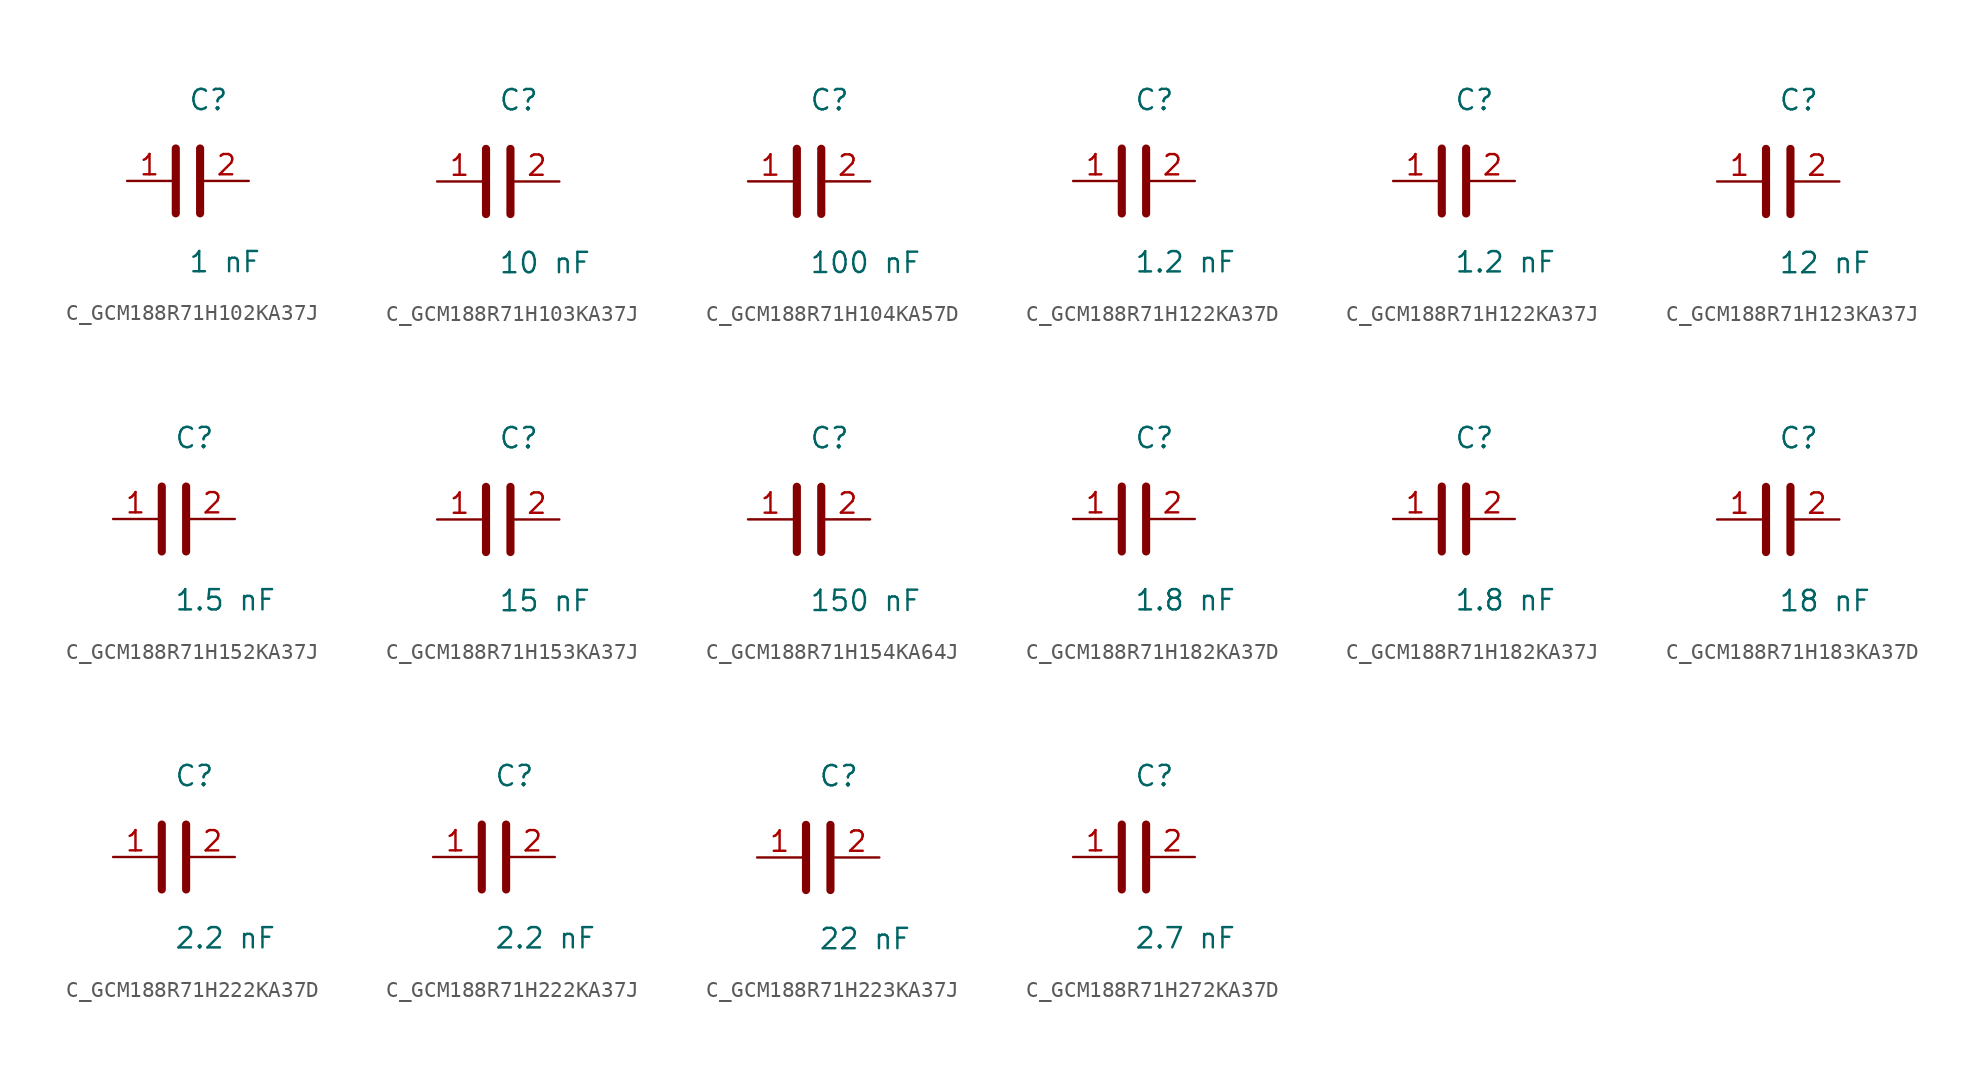
<source format=kicad_sym>
(kicad_symbol_lib
  (version 20231120)
  (generator kicad_symbol_editor)
  (generator_version 8.0)
  (symbol "C_GCM188R71H102KA37J"
    (pin_names
      (offset 0.254))
    (property "Reference" "C"
      (at 0.0 5.08 0)
      (effects (font (size 1.27 1.27)) (justify left)))
    (property "Value" "1 nF"
      (at 0.0 -5.08 0)
      (effects (font (size 1.27 1.27)) (justify left)))
    (symbol "C_GCM188R71H102KA37J_0_1"
      (polyline (pts (xy -0.762 -2.032) (xy -0.762 2.032)) (stroke (width 0.508) (type default)) (fill (type none)))
      (polyline (pts (xy 0.762 -2.032) (xy 0.762 2.032)) (stroke (width 0.508) (type default)) (fill (type none))))
    (pin unspecified line
      (at -3.81 0 0)
      (length 2.8)
      (name "" (effects (font (size 1.27 1.27))))
      (number "1" (effects (font (size 1.27 1.27)))))
    (pin unspecified line
      (at 3.81 0 180)
      (length 2.8)
      (name "" (effects (font (size 1.27 1.27))))
      (number "2" (effects (font (size 1.27 1.27))))))
  (symbol "C_GCM188R71H103KA37J"
    (pin_names
      (offset 0.254))
    (property "Reference" "C"
      (at 0.0 5.08 0)
      (effects (font (size 1.27 1.27)) (justify left)))
    (property "Value" "10 nF"
      (at 0.0 -5.08 0)
      (effects (font (size 1.27 1.27)) (justify left)))
    (symbol "C_GCM188R71H103KA37J_0_1"
      (polyline (pts (xy -0.762 -2.032) (xy -0.762 2.032)) (stroke (width 0.508) (type default)) (fill (type none)))
      (polyline (pts (xy 0.762 -2.032) (xy 0.762 2.032)) (stroke (width 0.508) (type default)) (fill (type none))))
    (pin unspecified line
      (at -3.81 0 0)
      (length 2.8)
      (name "" (effects (font (size 1.27 1.27))))
      (number "1" (effects (font (size 1.27 1.27)))))
    (pin unspecified line
      (at 3.81 0 180)
      (length 2.8)
      (name "" (effects (font (size 1.27 1.27))))
      (number "2" (effects (font (size 1.27 1.27))))))
  (symbol "C_GCM188R71H104KA57D"
    (pin_names
      (offset 0.254))
    (property "Reference" "C"
      (at 0.0 5.08 0)
      (effects (font (size 1.27 1.27)) (justify left)))
    (property "Value" "100 nF"
      (at 0.0 -5.08 0)
      (effects (font (size 1.27 1.27)) (justify left)))
    (symbol "C_GCM188R71H104KA57D_0_1"
      (polyline (pts (xy -0.762 -2.032) (xy -0.762 2.032)) (stroke (width 0.508) (type default)) (fill (type none)))
      (polyline (pts (xy 0.762 -2.032) (xy 0.762 2.032)) (stroke (width 0.508) (type default)) (fill (type none))))
    (pin unspecified line
      (at -3.81 0 0)
      (length 2.8)
      (name "" (effects (font (size 1.27 1.27))))
      (number "1" (effects (font (size 1.27 1.27)))))
    (pin unspecified line
      (at 3.81 0 180)
      (length 2.8)
      (name "" (effects (font (size 1.27 1.27))))
      (number "2" (effects (font (size 1.27 1.27))))))
  (symbol "C_GCM188R71H122KA37D"
    (pin_names
      (offset 0.254))
    (property "Reference" "C"
      (at 0.0 5.08 0)
      (effects (font (size 1.27 1.27)) (justify left)))
    (property "Value" "1.2 nF"
      (at 0.0 -5.08 0)
      (effects (font (size 1.27 1.27)) (justify left)))
    (symbol "C_GCM188R71H122KA37D_0_1"
      (polyline (pts (xy -0.762 -2.032) (xy -0.762 2.032)) (stroke (width 0.508) (type default)) (fill (type none)))
      (polyline (pts (xy 0.762 -2.032) (xy 0.762 2.032)) (stroke (width 0.508) (type default)) (fill (type none))))
    (pin unspecified line
      (at -3.81 0 0)
      (length 2.8)
      (name "" (effects (font (size 1.27 1.27))))
      (number "1" (effects (font (size 1.27 1.27)))))
    (pin unspecified line
      (at 3.81 0 180)
      (length 2.8)
      (name "" (effects (font (size 1.27 1.27))))
      (number "2" (effects (font (size 1.27 1.27))))))
  (symbol "C_GCM188R71H122KA37J"
    (pin_names
      (offset 0.254))
    (property "Reference" "C"
      (at 0.0 5.08 0)
      (effects (font (size 1.27 1.27)) (justify left)))
    (property "Value" "1.2 nF"
      (at 0.0 -5.08 0)
      (effects (font (size 1.27 1.27)) (justify left)))
    (symbol "C_GCM188R71H122KA37J_0_1"
      (polyline (pts (xy -0.762 -2.032) (xy -0.762 2.032)) (stroke (width 0.508) (type default)) (fill (type none)))
      (polyline (pts (xy 0.762 -2.032) (xy 0.762 2.032)) (stroke (width 0.508) (type default)) (fill (type none))))
    (pin unspecified line
      (at -3.81 0 0)
      (length 2.8)
      (name "" (effects (font (size 1.27 1.27))))
      (number "1" (effects (font (size 1.27 1.27)))))
    (pin unspecified line
      (at 3.81 0 180)
      (length 2.8)
      (name "" (effects (font (size 1.27 1.27))))
      (number "2" (effects (font (size 1.27 1.27))))))
  (symbol "C_GCM188R71H123KA37J"
    (pin_names
      (offset 0.254))
    (property "Reference" "C"
      (at 0.0 5.08 0)
      (effects (font (size 1.27 1.27)) (justify left)))
    (property "Value" "12 nF"
      (at 0.0 -5.08 0)
      (effects (font (size 1.27 1.27)) (justify left)))
    (symbol "C_GCM188R71H123KA37J_0_1"
      (polyline (pts (xy -0.762 -2.032) (xy -0.762 2.032)) (stroke (width 0.508) (type default)) (fill (type none)))
      (polyline (pts (xy 0.762 -2.032) (xy 0.762 2.032)) (stroke (width 0.508) (type default)) (fill (type none))))
    (pin unspecified line
      (at -3.81 0 0)
      (length 2.8)
      (name "" (effects (font (size 1.27 1.27))))
      (number "1" (effects (font (size 1.27 1.27)))))
    (pin unspecified line
      (at 3.81 0 180)
      (length 2.8)
      (name "" (effects (font (size 1.27 1.27))))
      (number "2" (effects (font (size 1.27 1.27))))))
  (symbol "C_GCM188R71H152KA37J"
    (pin_names
      (offset 0.254))
    (property "Reference" "C"
      (at 0.0 5.08 0)
      (effects (font (size 1.27 1.27)) (justify left)))
    (property "Value" "1.5 nF"
      (at 0.0 -5.08 0)
      (effects (font (size 1.27 1.27)) (justify left)))
    (symbol "C_GCM188R71H152KA37J_0_1"
      (polyline (pts (xy -0.762 -2.032) (xy -0.762 2.032)) (stroke (width 0.508) (type default)) (fill (type none)))
      (polyline (pts (xy 0.762 -2.032) (xy 0.762 2.032)) (stroke (width 0.508) (type default)) (fill (type none))))
    (pin unspecified line
      (at -3.81 0 0)
      (length 2.8)
      (name "" (effects (font (size 1.27 1.27))))
      (number "1" (effects (font (size 1.27 1.27)))))
    (pin unspecified line
      (at 3.81 0 180)
      (length 2.8)
      (name "" (effects (font (size 1.27 1.27))))
      (number "2" (effects (font (size 1.27 1.27))))))
  (symbol "C_GCM188R71H153KA37J"
    (pin_names
      (offset 0.254))
    (property "Reference" "C"
      (at 0.0 5.08 0)
      (effects (font (size 1.27 1.27)) (justify left)))
    (property "Value" "15 nF"
      (at 0.0 -5.08 0)
      (effects (font (size 1.27 1.27)) (justify left)))
    (symbol "C_GCM188R71H153KA37J_0_1"
      (polyline (pts (xy -0.762 -2.032) (xy -0.762 2.032)) (stroke (width 0.508) (type default)) (fill (type none)))
      (polyline (pts (xy 0.762 -2.032) (xy 0.762 2.032)) (stroke (width 0.508) (type default)) (fill (type none))))
    (pin unspecified line
      (at -3.81 0 0)
      (length 2.8)
      (name "" (effects (font (size 1.27 1.27))))
      (number "1" (effects (font (size 1.27 1.27)))))
    (pin unspecified line
      (at 3.81 0 180)
      (length 2.8)
      (name "" (effects (font (size 1.27 1.27))))
      (number "2" (effects (font (size 1.27 1.27))))))
  (symbol "C_GCM188R71H154KA64J"
    (pin_names
      (offset 0.254))
    (property "Reference" "C"
      (at 0.0 5.08 0)
      (effects (font (size 1.27 1.27)) (justify left)))
    (property "Value" "150 nF"
      (at 0.0 -5.08 0)
      (effects (font (size 1.27 1.27)) (justify left)))
    (symbol "C_GCM188R71H154KA64J_0_1"
      (polyline (pts (xy -0.762 -2.032) (xy -0.762 2.032)) (stroke (width 0.508) (type default)) (fill (type none)))
      (polyline (pts (xy 0.762 -2.032) (xy 0.762 2.032)) (stroke (width 0.508) (type default)) (fill (type none))))
    (pin unspecified line
      (at -3.81 0 0)
      (length 2.8)
      (name "" (effects (font (size 1.27 1.27))))
      (number "1" (effects (font (size 1.27 1.27)))))
    (pin unspecified line
      (at 3.81 0 180)
      (length 2.8)
      (name "" (effects (font (size 1.27 1.27))))
      (number "2" (effects (font (size 1.27 1.27))))))
  (symbol "C_GCM188R71H182KA37D"
    (pin_names
      (offset 0.254))
    (property "Reference" "C"
      (at 0.0 5.08 0)
      (effects (font (size 1.27 1.27)) (justify left)))
    (property "Value" "1.8 nF"
      (at 0.0 -5.08 0)
      (effects (font (size 1.27 1.27)) (justify left)))
    (symbol "C_GCM188R71H182KA37D_0_1"
      (polyline (pts (xy -0.762 -2.032) (xy -0.762 2.032)) (stroke (width 0.508) (type default)) (fill (type none)))
      (polyline (pts (xy 0.762 -2.032) (xy 0.762 2.032)) (stroke (width 0.508) (type default)) (fill (type none))))
    (pin unspecified line
      (at -3.81 0 0)
      (length 2.8)
      (name "" (effects (font (size 1.27 1.27))))
      (number "1" (effects (font (size 1.27 1.27)))))
    (pin unspecified line
      (at 3.81 0 180)
      (length 2.8)
      (name "" (effects (font (size 1.27 1.27))))
      (number "2" (effects (font (size 1.27 1.27))))))
  (symbol "C_GCM188R71H182KA37J"
    (pin_names
      (offset 0.254))
    (property "Reference" "C"
      (at 0.0 5.08 0)
      (effects (font (size 1.27 1.27)) (justify left)))
    (property "Value" "1.8 nF"
      (at 0.0 -5.08 0)
      (effects (font (size 1.27 1.27)) (justify left)))
    (symbol "C_GCM188R71H182KA37J_0_1"
      (polyline (pts (xy -0.762 -2.032) (xy -0.762 2.032)) (stroke (width 0.508) (type default)) (fill (type none)))
      (polyline (pts (xy 0.762 -2.032) (xy 0.762 2.032)) (stroke (width 0.508) (type default)) (fill (type none))))
    (pin unspecified line
      (at -3.81 0 0)
      (length 2.8)
      (name "" (effects (font (size 1.27 1.27))))
      (number "1" (effects (font (size 1.27 1.27)))))
    (pin unspecified line
      (at 3.81 0 180)
      (length 2.8)
      (name "" (effects (font (size 1.27 1.27))))
      (number "2" (effects (font (size 1.27 1.27))))))
  (symbol "C_GCM188R71H183KA37D"
    (pin_names
      (offset 0.254))
    (property "Reference" "C"
      (at 0.0 5.08 0)
      (effects (font (size 1.27 1.27)) (justify left)))
    (property "Value" "18 nF"
      (at 0.0 -5.08 0)
      (effects (font (size 1.27 1.27)) (justify left)))
    (symbol "C_GCM188R71H183KA37D_0_1"
      (polyline (pts (xy -0.762 -2.032) (xy -0.762 2.032)) (stroke (width 0.508) (type default)) (fill (type none)))
      (polyline (pts (xy 0.762 -2.032) (xy 0.762 2.032)) (stroke (width 0.508) (type default)) (fill (type none))))
    (pin unspecified line
      (at -3.81 0 0)
      (length 2.8)
      (name "" (effects (font (size 1.27 1.27))))
      (number "1" (effects (font (size 1.27 1.27)))))
    (pin unspecified line
      (at 3.81 0 180)
      (length 2.8)
      (name "" (effects (font (size 1.27 1.27))))
      (number "2" (effects (font (size 1.27 1.27))))))
  (symbol "C_GCM188R71H222KA37D"
    (pin_names
      (offset 0.254))
    (property "Reference" "C"
      (at 0.0 5.08 0)
      (effects (font (size 1.27 1.27)) (justify left)))
    (property "Value" "2.2 nF"
      (at 0.0 -5.08 0)
      (effects (font (size 1.27 1.27)) (justify left)))
    (symbol "C_GCM188R71H222KA37D_0_1"
      (polyline (pts (xy -0.762 -2.032) (xy -0.762 2.032)) (stroke (width 0.508) (type default)) (fill (type none)))
      (polyline (pts (xy 0.762 -2.032) (xy 0.762 2.032)) (stroke (width 0.508) (type default)) (fill (type none))))
    (pin unspecified line
      (at -3.81 0 0)
      (length 2.8)
      (name "" (effects (font (size 1.27 1.27))))
      (number "1" (effects (font (size 1.27 1.27)))))
    (pin unspecified line
      (at 3.81 0 180)
      (length 2.8)
      (name "" (effects (font (size 1.27 1.27))))
      (number "2" (effects (font (size 1.27 1.27))))))
  (symbol "C_GCM188R71H222KA37J"
    (pin_names
      (offset 0.254))
    (property "Reference" "C"
      (at 0.0 5.08 0)
      (effects (font (size 1.27 1.27)) (justify left)))
    (property "Value" "2.2 nF"
      (at 0.0 -5.08 0)
      (effects (font (size 1.27 1.27)) (justify left)))
    (symbol "C_GCM188R71H222KA37J_0_1"
      (polyline (pts (xy -0.762 -2.032) (xy -0.762 2.032)) (stroke (width 0.508) (type default)) (fill (type none)))
      (polyline (pts (xy 0.762 -2.032) (xy 0.762 2.032)) (stroke (width 0.508) (type default)) (fill (type none))))
    (pin unspecified line
      (at -3.81 0 0)
      (length 2.8)
      (name "" (effects (font (size 1.27 1.27))))
      (number "1" (effects (font (size 1.27 1.27)))))
    (pin unspecified line
      (at 3.81 0 180)
      (length 2.8)
      (name "" (effects (font (size 1.27 1.27))))
      (number "2" (effects (font (size 1.27 1.27))))))
  (symbol "C_GCM188R71H223KA37J"
    (pin_names
      (offset 0.254))
    (property "Reference" "C"
      (at 0.0 5.08 0)
      (effects (font (size 1.27 1.27)) (justify left)))
    (property "Value" "22 nF"
      (at 0.0 -5.08 0)
      (effects (font (size 1.27 1.27)) (justify left)))
    (symbol "C_GCM188R71H223KA37J_0_1"
      (polyline (pts (xy -0.762 -2.032) (xy -0.762 2.032)) (stroke (width 0.508) (type default)) (fill (type none)))
      (polyline (pts (xy 0.762 -2.032) (xy 0.762 2.032)) (stroke (width 0.508) (type default)) (fill (type none))))
    (pin unspecified line
      (at -3.81 0 0)
      (length 2.8)
      (name "" (effects (font (size 1.27 1.27))))
      (number "1" (effects (font (size 1.27 1.27)))))
    (pin unspecified line
      (at 3.81 0 180)
      (length 2.8)
      (name "" (effects (font (size 1.27 1.27))))
      (number "2" (effects (font (size 1.27 1.27))))))
  (symbol "C_GCM188R71H272KA37D"
    (pin_names
      (offset 0.254))
    (property "Reference" "C"
      (at 0.0 5.08 0)
      (effects (font (size 1.27 1.27)) (justify left)))
    (property "Value" "2.7 nF"
      (at 0.0 -5.08 0)
      (effects (font (size 1.27 1.27)) (justify left)))
    (symbol "C_GCM188R71H272KA37D_0_1"
      (polyline (pts (xy -0.762 -2.032) (xy -0.762 2.032)) (stroke (width 0.508) (type default)) (fill (type none)))
      (polyline (pts (xy 0.762 -2.032) (xy 0.762 2.032)) (stroke (width 0.508) (type default)) (fill (type none))))
    (pin unspecified line
      (at -3.81 0 0)
      (length 2.8)
      (name "" (effects (font (size 1.27 1.27))))
      (number "1" (effects (font (size 1.27 1.27)))))
    (pin unspecified line
      (at 3.81 0 180)
      (length 2.8)
      (name "" (effects (font (size 1.27 1.27))))
      (number "2" (effects (font (size 1.27 1.27)))))))
</source>
